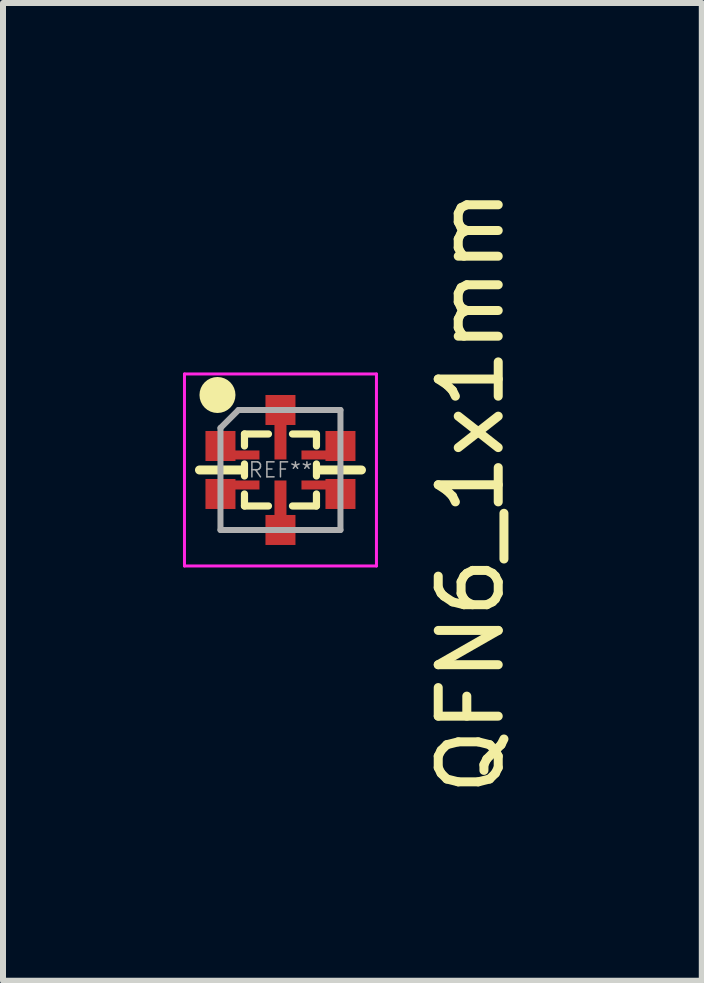
<source format=kicad_pcb>
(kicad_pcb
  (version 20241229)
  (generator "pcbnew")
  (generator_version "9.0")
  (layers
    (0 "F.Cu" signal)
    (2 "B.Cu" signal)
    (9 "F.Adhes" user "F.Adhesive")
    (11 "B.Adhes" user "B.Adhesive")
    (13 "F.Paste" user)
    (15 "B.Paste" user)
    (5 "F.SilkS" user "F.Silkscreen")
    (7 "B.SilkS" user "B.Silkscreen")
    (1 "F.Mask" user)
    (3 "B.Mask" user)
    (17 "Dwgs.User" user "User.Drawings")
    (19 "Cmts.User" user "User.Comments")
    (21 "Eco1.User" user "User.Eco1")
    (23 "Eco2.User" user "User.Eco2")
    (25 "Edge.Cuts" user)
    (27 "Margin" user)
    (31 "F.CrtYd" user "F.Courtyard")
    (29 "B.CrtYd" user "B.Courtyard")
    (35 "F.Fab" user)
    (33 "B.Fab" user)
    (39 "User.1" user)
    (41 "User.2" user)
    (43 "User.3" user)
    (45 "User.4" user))
  (footprint "QFN6_1x1mm"
    (layer "F.Cu")
    (at 1.625 4.784)
    (property "Reference" "QFN6_1x1mm" (at 3.175 0.365 270) (layer "F.SilkS") (effects (font (size 1 1) (thickness 0.15))))
    (attr smd)
    (fp_line (start -0.65 0) (end -1.35 0) (stroke (width 0.15) (type solid)) (layer "F.SilkS"))
    (fp_line (start -0.6 -0.6) (end -0.6 -0.4) (stroke (width 0.12) (type solid)) (layer "F.SilkS"))
    (fp_line (start -0.6 -0.6) (end -0.2 -0.6) (stroke (width 0.12) (type solid)) (layer "F.SilkS"))
    (fp_line (start -0.6 -0.1) (end -0.6 0.1) (stroke (width 0.12) (type solid)) (layer "F.SilkS"))
    (fp_line (start -0.6 0.4) (end -0.6 0.6) (stroke (width 0.12) (type solid)) (layer "F.SilkS"))
    (fp_line (start -0.6 0.6) (end -0.2 0.6) (stroke (width 0.12) (type solid)) (layer "F.SilkS"))
    (fp_line (start 0.2 -0.6) (end 0.55 -0.6) (stroke (width 0.12) (type solid)) (layer "F.SilkS"))
    (fp_line (start 0.2 0.6) (end 0.6 0.6) (stroke (width 0.12) (type solid)) (layer "F.SilkS"))
    (fp_line (start 0.6 -0.6) (end 0.6 -0.4) (stroke (width 0.12) (type solid)) (layer "F.SilkS"))
    (fp_line (start 0.6 -0.1) (end 0.6 0.1) (stroke (width 0.12) (type solid)) (layer "F.SilkS"))
    (fp_line (start 0.6 0.4) (end 0.6 0.6) (stroke (width 0.12) (type solid)) (layer "F.SilkS"))
    (fp_line (start 0.65 0) (end 1.35 0) (stroke (width 0.15) (type solid)) (layer "F.SilkS"))
    (fp_circle (center -1.05 -1.25) (end -0.9 -1.25) (stroke (width 0.3) (type solid)) (fill no) (layer "F.SilkS"))
    (fp_line (start -1.6 -1.6) (end -1.6 1.6) (stroke (width 0.05) (type solid)) (layer "F.CrtYd"))
    (fp_line (start -1.6 -1.6) (end 1.6 -1.6) (stroke (width 0.05) (type solid)) (layer "F.CrtYd"))
    (fp_line (start -1.6 1.6) (end 1.6 1.6) (stroke (width 0.05) (type solid)) (layer "F.CrtYd"))
    (fp_line (start 1.6 -1.6) (end 1.6 1.6) (stroke (width 0.05) (type solid)) (layer "F.CrtYd"))
    (fp_line (start -1 -0.7) (end -1 1) (stroke (width 0.1) (type solid)) (layer "F.Fab"))
    (fp_line (start -1 1) (end 1 1) (stroke (width 0.1) (type solid)) (layer "F.Fab"))
    (fp_line (start -0.7 -1) (end -1 -0.7) (stroke (width 0.1) (type solid)) (layer "F.Fab"))
    (fp_line (start -0.7 -1) (end 1 -1) (stroke (width 0.1) (type solid)) (layer "F.Fab"))
    (fp_line (start 1 -1) (end 1 1) (stroke (width 0.1) (type solid)) (layer "F.Fab"))
    (fp_text user "REF**" (at 0 0 0) (layer "F.Fab") (effects (font (size 0.25 0.25) (thickness 0.025))))
    (pad "1" smd rect (at -1 -0.4) (size 0.5 0.5) (layers "F.Cu" "F.Mask" "F.Paste"))
    (pad "1" smd rect (at -0.65 -0.25) (size 0.6 0.15) (layers "F.Cu" "F.Mask" "F.Paste"))
    (pad "2" smd rect (at -1 0.4) (size 0.5 0.5) (layers "F.Cu" "F.Mask" "F.Paste"))
    (pad "2" smd rect (at -0.65 0.25) (size 0.6 0.15) (layers "F.Cu" "F.Mask" "F.Paste"))
    (pad "3" smd rect (at 0 0.575) (size 0.2 0.8) (layers "F.Cu" "F.Mask" "F.Paste"))
    (pad "3" smd rect (at 0 1) (size 0.5 0.5) (layers "F.Cu" "F.Mask" "F.Paste"))
    (pad "4" smd rect (at 0.65 0.25) (size 0.6 0.15) (layers "F.Cu" "F.Mask" "F.Paste"))
    (pad "4" smd rect (at 1 0.4) (size 0.5 0.5) (layers "F.Cu" "F.Mask" "F.Paste"))
    (pad "5" smd rect (at 0.65 -0.25) (size 0.6 0.15) (layers "F.Cu" "F.Mask" "F.Paste"))
    (pad "5" smd rect (at 1 -0.4) (size 0.5 0.5) (layers "F.Cu" "F.Mask" "F.Paste"))
    (pad "6" smd rect (at 0 -1) (size 0.5 0.5) (layers "F.Cu" "F.Mask" "F.Paste"))
    (pad "6" smd rect (at 0 -0.575) (size 0.2 0.8) (layers "F.Cu" "F.Mask" "F.Paste")))
  (gr_rect
    (start -3 -3)
    (end 8.648 13.298)
    (stroke (width 0.1) (type default))
    (fill no)
    (layer "Edge.Cuts")))
</source>
